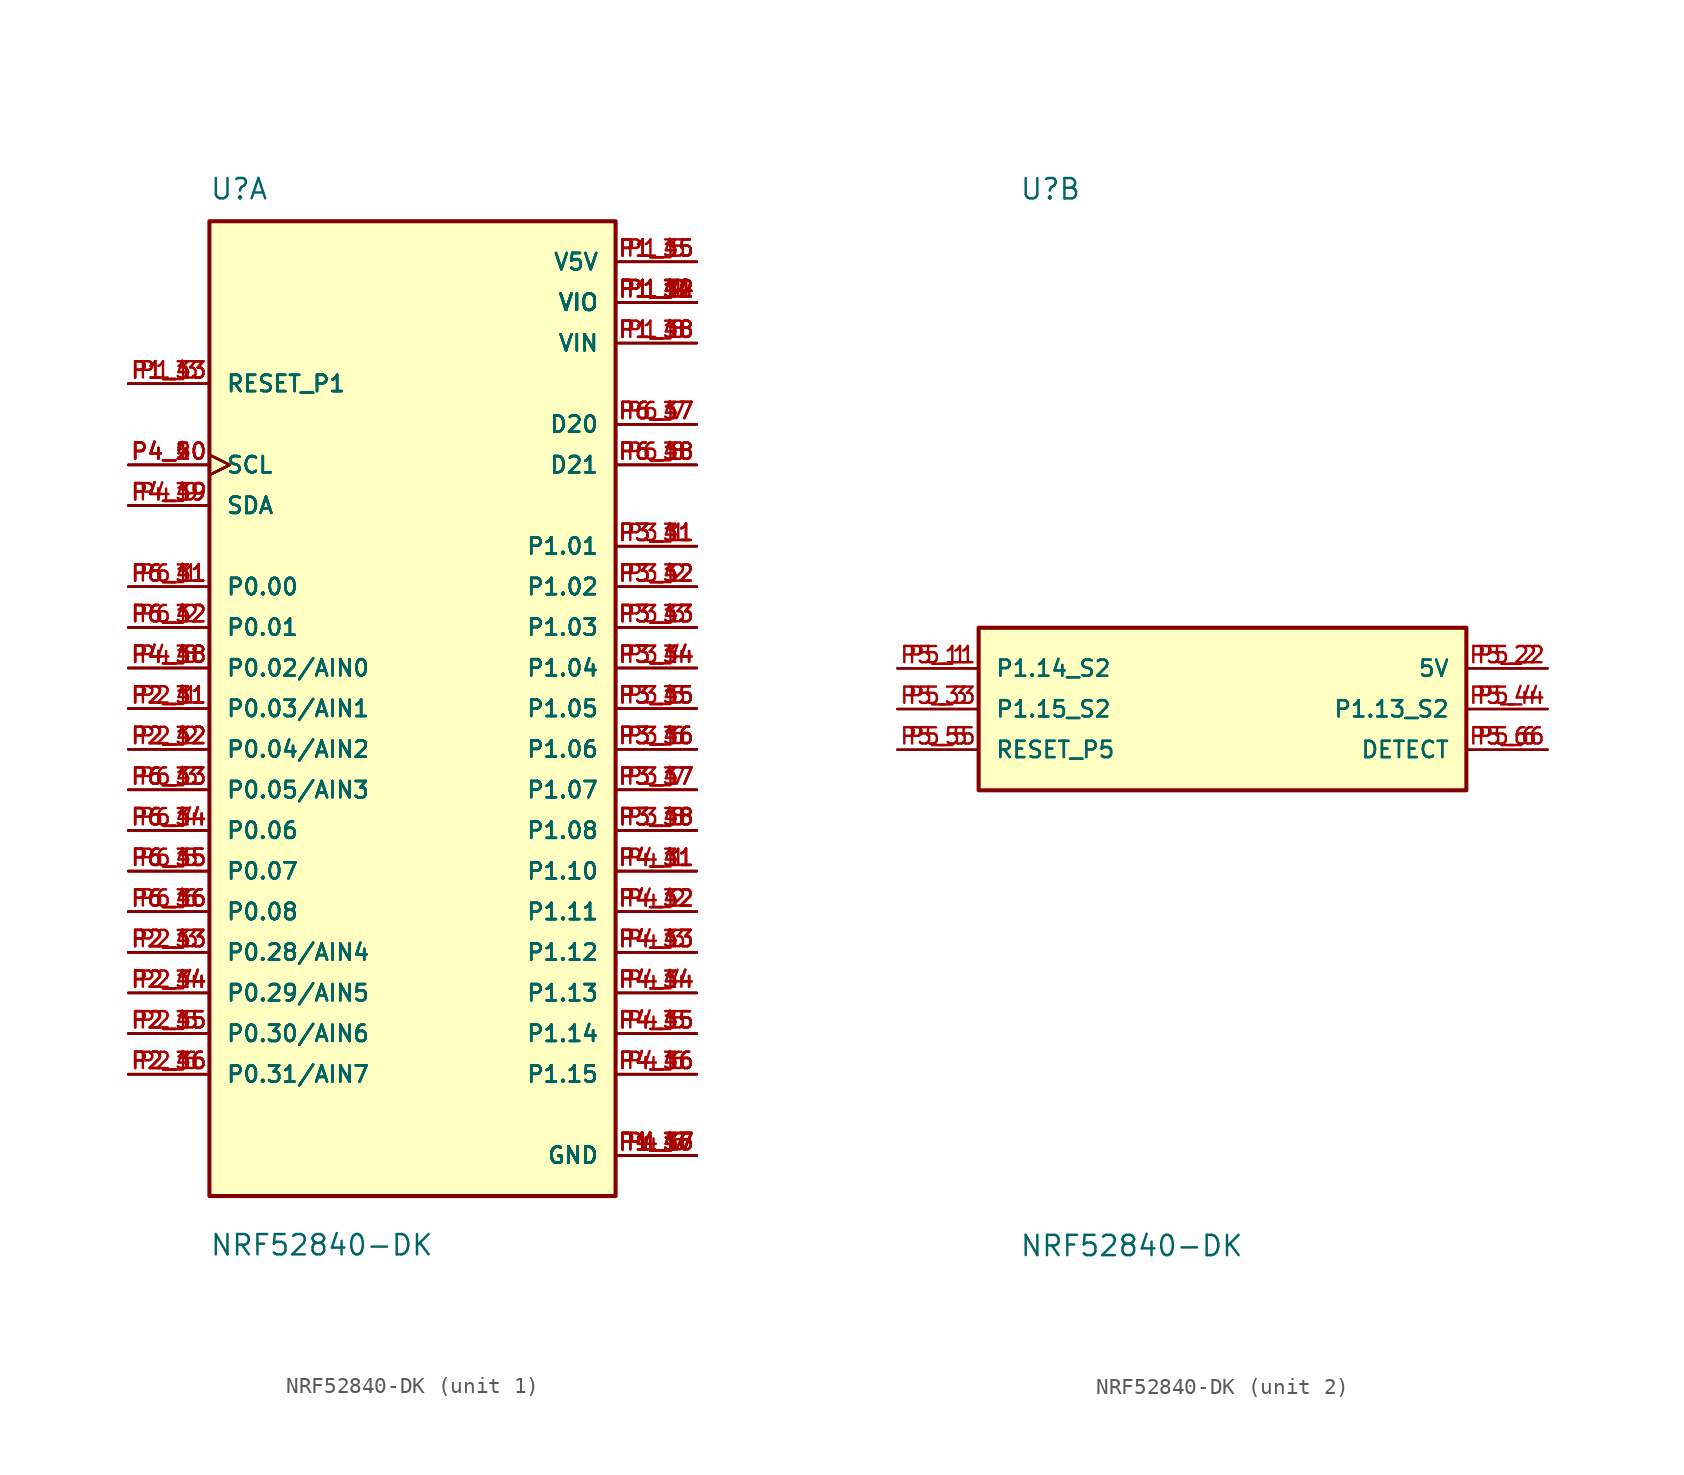
<source format=kicad_sym>
(kicad_symbol_lib
  (version 20211014)
  (generator kicad_symbol_editor)
  (symbol "NRF52840-DK"
    (pin_names
      (offset 1.016))
    (property "Reference" "U"
      (at -12.7 31.75 0)
      (effects (font (size 1.27 1.27)) (justify bottom left)))
    (property "Value" "NRF52840-DK"
      (at -12.7 -34.29 0)
      (effects (font (size 1.27 1.27)) (justify bottom left)))
    (symbol "NRF52840-DK_1_0"
      (rectangle (start -12.7 -30.48) (end 12.7 30.48) (stroke (width 0.254)) (fill (type background)))
      (pin power_in line (at 17.78 27.94 180.0) (length 5.08) (name "V5V" (effects (font (size 1.016 1.016)))) (number "P1_5" (effects (font (size 1.016 1.016)))))
      (pin power_in line (at 17.78 27.94 180.0) (length 5.08) (name "V5V" (effects (font (size 1.016 1.016)))) (number "P1_15" (effects (font (size 1.016 1.016)))))
      (pin power_in line (at 17.78 27.94 180.0) (length 5.08) (name "V5V" (effects (font (size 1.016 1.016)))) (number "P1_35" (effects (font (size 1.016 1.016)))))
      (pin power_in line (at 17.78 27.94 180.0) (length 5.08) (name "V5V" (effects (font (size 1.016 1.016)))) (number "P1_45" (effects (font (size 1.016 1.016)))))
      (pin power_in line (at 17.78 25.4 180.0) (length 5.08) (name "VIO" (effects (font (size 1.016 1.016)))) (number "P1_1" (effects (font (size 1.016 1.016)))))
      (pin power_in line (at 17.78 25.4 180.0) (length 5.08) (name "VIO" (effects (font (size 1.016 1.016)))) (number "P1_2" (effects (font (size 1.016 1.016)))))
      (pin power_in line (at 17.78 25.4 180.0) (length 5.08) (name "VIO" (effects (font (size 1.016 1.016)))) (number "P1_4" (effects (font (size 1.016 1.016)))))
      (pin power_in line (at 17.78 25.4 180.0) (length 5.08) (name "VIO" (effects (font (size 1.016 1.016)))) (number "P1_11" (effects (font (size 1.016 1.016)))))
      (pin power_in line (at 17.78 25.4 180.0) (length 5.08) (name "VIO" (effects (font (size 1.016 1.016)))) (number "P1_12" (effects (font (size 1.016 1.016)))))
      (pin power_in line (at 17.78 25.4 180.0) (length 5.08) (name "VIO" (effects (font (size 1.016 1.016)))) (number "P1_14" (effects (font (size 1.016 1.016)))))
      (pin power_in line (at 17.78 25.4 180.0) (length 5.08) (name "VIO" (effects (font (size 1.016 1.016)))) (number "P1_31" (effects (font (size 1.016 1.016)))))
      (pin power_in line (at 17.78 25.4 180.0) (length 5.08) (name "VIO" (effects (font (size 1.016 1.016)))) (number "P1_32" (effects (font (size 1.016 1.016)))))
      (pin power_in line (at 17.78 25.4 180.0) (length 5.08) (name "VIO" (effects (font (size 1.016 1.016)))) (number "P1_34" (effects (font (size 1.016 1.016)))))
      (pin power_in line (at 17.78 25.4 180.0) (length 5.08) (name "VIO" (effects (font (size 1.016 1.016)))) (number "P1_41" (effects (font (size 1.016 1.016)))))
      (pin power_in line (at 17.78 25.4 180.0) (length 5.08) (name "VIO" (effects (font (size 1.016 1.016)))) (number "P1_42" (effects (font (size 1.016 1.016)))))
      (pin power_in line (at 17.78 25.4 180.0) (length 5.08) (name "VIO" (effects (font (size 1.016 1.016)))) (number "P1_44" (effects (font (size 1.016 1.016)))))
      (pin power_in line (at 17.78 -27.94 180.0) (length 5.08) (name "GND" (effects (font (size 1.016 1.016)))) (number "P1_6" (effects (font (size 1.016 1.016)))))
      (pin power_in line (at 17.78 -27.94 180.0) (length 5.08) (name "GND" (effects (font (size 1.016 1.016)))) (number "P1_7" (effects (font (size 1.016 1.016)))))
      (pin power_in line (at 17.78 -27.94 180.0) (length 5.08) (name "GND" (effects (font (size 1.016 1.016)))) (number "P1_16" (effects (font (size 1.016 1.016)))))
      (pin power_in line (at 17.78 -27.94 180.0) (length 5.08) (name "GND" (effects (font (size 1.016 1.016)))) (number "P1_17" (effects (font (size 1.016 1.016)))))
      (pin power_in line (at 17.78 -27.94 180.0) (length 5.08) (name "GND" (effects (font (size 1.016 1.016)))) (number "P1_36" (effects (font (size 1.016 1.016)))))
      (pin power_in line (at 17.78 -27.94 180.0) (length 5.08) (name "GND" (effects (font (size 1.016 1.016)))) (number "P1_37" (effects (font (size 1.016 1.016)))))
      (pin power_in line (at 17.78 -27.94 180.0) (length 5.08) (name "GND" (effects (font (size 1.016 1.016)))) (number "P1_46" (effects (font (size 1.016 1.016)))))
      (pin power_in line (at 17.78 -27.94 180.0) (length 5.08) (name "GND" (effects (font (size 1.016 1.016)))) (number "P1_47" (effects (font (size 1.016 1.016)))))
      (pin power_in line (at 17.78 -27.94 180.0) (length 5.08) (name "GND" (effects (font (size 1.016 1.016)))) (number "P4_7" (effects (font (size 1.016 1.016)))))
      (pin power_in line (at 17.78 -27.94 180.0) (length 5.08) (name "GND" (effects (font (size 1.016 1.016)))) (number "P4_17" (effects (font (size 1.016 1.016)))))
      (pin power_in line (at 17.78 -27.94 180.0) (length 5.08) (name "GND" (effects (font (size 1.016 1.016)))) (number "P4_37" (effects (font (size 1.016 1.016)))))
      (pin power_in line (at 17.78 -27.94 180.0) (length 5.08) (name "GND" (effects (font (size 1.016 1.016)))) (number "P4_47" (effects (font (size 1.016 1.016)))))
      (pin input line (at -17.78 20.32 0) (length 5.08) (name "RESET_P1" (effects (font (size 1.016 1.016)))) (number "P1_3" (effects (font (size 1.016 1.016)))))
      (pin input line (at -17.78 20.32 0) (length 5.08) (name "RESET_P1" (effects (font (size 1.016 1.016)))) (number "P1_13" (effects (font (size 1.016 1.016)))))
      (pin input line (at -17.78 20.32 0) (length 5.08) (name "RESET_P1" (effects (font (size 1.016 1.016)))) (number "P1_33" (effects (font (size 1.016 1.016)))))
      (pin input line (at -17.78 20.32 0) (length 5.08) (name "RESET_P1" (effects (font (size 1.016 1.016)))) (number "P1_43" (effects (font (size 1.016 1.016)))))
      (pin power_in line (at 17.78 22.86 180.0) (length 5.08) (name "VIN" (effects (font (size 1.016 1.016)))) (number "P1_8" (effects (font (size 1.016 1.016)))))
      (pin power_in line (at 17.78 22.86 180.0) (length 5.08) (name "VIN" (effects (font (size 1.016 1.016)))) (number "P1_18" (effects (font (size 1.016 1.016)))))
      (pin power_in line (at 17.78 22.86 180.0) (length 5.08) (name "VIN" (effects (font (size 1.016 1.016)))) (number "P1_38" (effects (font (size 1.016 1.016)))))
      (pin power_in line (at 17.78 22.86 180.0) (length 5.08) (name "VIN" (effects (font (size 1.016 1.016)))) (number "P1_48" (effects (font (size 1.016 1.016)))))
      (pin bidirectional line (at -17.78 0.0 0) (length 5.08) (name "P0.03/AIN1" (effects (font (size 1.016 1.016)))) (number "P2_1" (effects (font (size 1.016 1.016)))))
      (pin bidirectional line (at -17.78 0.0 0) (length 5.08) (name "P0.03/AIN1" (effects (font (size 1.016 1.016)))) (number "P2_11" (effects (font (size 1.016 1.016)))))
      (pin bidirectional line (at -17.78 0.0 0) (length 5.08) (name "P0.03/AIN1" (effects (font (size 1.016 1.016)))) (number "P2_31" (effects (font (size 1.016 1.016)))))
      (pin bidirectional line (at -17.78 0.0 0) (length 5.08) (name "P0.03/AIN1" (effects (font (size 1.016 1.016)))) (number "P2_41" (effects (font (size 1.016 1.016)))))
      (pin bidirectional line (at -17.78 -2.54 0) (length 5.08) (name "P0.04/AIN2" (effects (font (size 1.016 1.016)))) (number "P2_2" (effects (font (size 1.016 1.016)))))
      (pin bidirectional line (at -17.78 -2.54 0) (length 5.08) (name "P0.04/AIN2" (effects (font (size 1.016 1.016)))) (number "P2_12" (effects (font (size 1.016 1.016)))))
      (pin bidirectional line (at -17.78 -2.54 0) (length 5.08) (name "P0.04/AIN2" (effects (font (size 1.016 1.016)))) (number "P2_32" (effects (font (size 1.016 1.016)))))
      (pin bidirectional line (at -17.78 -2.54 0) (length 5.08) (name "P0.04/AIN2" (effects (font (size 1.016 1.016)))) (number "P2_42" (effects (font (size 1.016 1.016)))))
      (pin bidirectional line (at -17.78 -15.24 0) (length 5.08) (name "P0.28/AIN4" (effects (font (size 1.016 1.016)))) (number "P2_3" (effects (font (size 1.016 1.016)))))
      (pin bidirectional line (at -17.78 -15.24 0) (length 5.08) (name "P0.28/AIN4" (effects (font (size 1.016 1.016)))) (number "P2_13" (effects (font (size 1.016 1.016)))))
      (pin bidirectional line (at -17.78 -15.24 0) (length 5.08) (name "P0.28/AIN4" (effects (font (size 1.016 1.016)))) (number "P2_33" (effects (font (size 1.016 1.016)))))
      (pin bidirectional line (at -17.78 -15.24 0) (length 5.08) (name "P0.28/AIN4" (effects (font (size 1.016 1.016)))) (number "P2_43" (effects (font (size 1.016 1.016)))))
      (pin bidirectional line (at -17.78 -17.78 0) (length 5.08) (name "P0.29/AIN5" (effects (font (size 1.016 1.016)))) (number "P2_4" (effects (font (size 1.016 1.016)))))
      (pin bidirectional line (at -17.78 -17.78 0) (length 5.08) (name "P0.29/AIN5" (effects (font (size 1.016 1.016)))) (number "P2_14" (effects (font (size 1.016 1.016)))))
      (pin bidirectional line (at -17.78 -17.78 0) (length 5.08) (name "P0.29/AIN5" (effects (font (size 1.016 1.016)))) (number "P2_34" (effects (font (size 1.016 1.016)))))
      (pin bidirectional line (at -17.78 -17.78 0) (length 5.08) (name "P0.29/AIN5" (effects (font (size 1.016 1.016)))) (number "P2_44" (effects (font (size 1.016 1.016)))))
      (pin bidirectional line (at -17.78 -20.32 0) (length 5.08) (name "P0.30/AIN6" (effects (font (size 1.016 1.016)))) (number "P2_5" (effects (font (size 1.016 1.016)))))
      (pin bidirectional line (at -17.78 -20.32 0) (length 5.08) (name "P0.30/AIN6" (effects (font (size 1.016 1.016)))) (number "P2_15" (effects (font (size 1.016 1.016)))))
      (pin bidirectional line (at -17.78 -20.32 0) (length 5.08) (name "P0.30/AIN6" (effects (font (size 1.016 1.016)))) (number "P2_35" (effects (font (size 1.016 1.016)))))
      (pin bidirectional line (at -17.78 -20.32 0) (length 5.08) (name "P0.30/AIN6" (effects (font (size 1.016 1.016)))) (number "P2_45" (effects (font (size 1.016 1.016)))))
      (pin bidirectional line (at -17.78 -22.86 0) (length 5.08) (name "P0.31/AIN7" (effects (font (size 1.016 1.016)))) (number "P2_6" (effects (font (size 1.016 1.016)))))
      (pin bidirectional line (at -17.78 -22.86 0) (length 5.08) (name "P0.31/AIN7" (effects (font (size 1.016 1.016)))) (number "P2_16" (effects (font (size 1.016 1.016)))))
      (pin bidirectional line (at -17.78 -22.86 0) (length 5.08) (name "P0.31/AIN7" (effects (font (size 1.016 1.016)))) (number "P2_36" (effects (font (size 1.016 1.016)))))
      (pin bidirectional line (at -17.78 -22.86 0) (length 5.08) (name "P0.31/AIN7" (effects (font (size 1.016 1.016)))) (number "P2_46" (effects (font (size 1.016 1.016)))))
      (pin bidirectional line (at -17.78 2.54 0) (length 5.08) (name "P0.02/AIN0" (effects (font (size 1.016 1.016)))) (number "P4_8" (effects (font (size 1.016 1.016)))))
      (pin bidirectional line (at -17.78 2.54 0) (length 5.08) (name "P0.02/AIN0" (effects (font (size 1.016 1.016)))) (number "P4_18" (effects (font (size 1.016 1.016)))))
      (pin bidirectional line (at -17.78 2.54 0) (length 5.08) (name "P0.02/AIN0" (effects (font (size 1.016 1.016)))) (number "P4_38" (effects (font (size 1.016 1.016)))))
      (pin bidirectional line (at -17.78 2.54 0) (length 5.08) (name "P0.02/AIN0" (effects (font (size 1.016 1.016)))) (number "P4_48" (effects (font (size 1.016 1.016)))))
      (pin bidirectional line (at -17.78 12.7 0) (length 5.08) (name "SDA" (effects (font (size 1.016 1.016)))) (number "P4_9" (effects (font (size 1.016 1.016)))))
      (pin bidirectional line (at -17.78 12.7 0) (length 5.08) (name "SDA" (effects (font (size 1.016 1.016)))) (number "P4_19" (effects (font (size 1.016 1.016)))))
      (pin bidirectional line (at -17.78 12.7 0) (length 5.08) (name "SDA" (effects (font (size 1.016 1.016)))) (number "P4_39" (effects (font (size 1.016 1.016)))))
      (pin bidirectional line (at -17.78 12.7 0) (length 5.08) (name "SDA" (effects (font (size 1.016 1.016)))) (number "P4_49" (effects (font (size 1.016 1.016)))))
      (pin input clock (at -17.78 15.24 0) (length 5.08) (name "SCL" (effects (font (size 1.016 1.016)))) (number "P4_10" (effects (font (size 1.016 1.016)))))
      (pin input clock (at -17.78 15.24 0) (length 5.08) (name "SCL" (effects (font (size 1.016 1.016)))) (number "P4_20" (effects (font (size 1.016 1.016)))))
      (pin input clock (at -17.78 15.24 0) (length 5.08) (name "SCL" (effects (font (size 1.016 1.016)))) (number "P4_40" (effects (font (size 1.016 1.016)))))
      (pin input clock (at -17.78 15.24 0) (length 5.08) (name "SCL" (effects (font (size 1.016 1.016)))) (number "P4_50" (effects (font (size 1.016 1.016)))))
      (pin bidirectional line (at 17.78 10.16 180.0) (length 5.08) (name "P1.01" (effects (font (size 1.016 1.016)))) (number "P3_1" (effects (font (size 1.016 1.016)))))
      (pin bidirectional line (at 17.78 10.16 180.0) (length 5.08) (name "P1.01" (effects (font (size 1.016 1.016)))) (number "P3_11" (effects (font (size 1.016 1.016)))))
      (pin bidirectional line (at 17.78 10.16 180.0) (length 5.08) (name "P1.01" (effects (font (size 1.016 1.016)))) (number "P3_31" (effects (font (size 1.016 1.016)))))
      (pin bidirectional line (at 17.78 10.16 180.0) (length 5.08) (name "P1.01" (effects (font (size 1.016 1.016)))) (number "P3_41" (effects (font (size 1.016 1.016)))))
      (pin bidirectional line (at 17.78 -10.16 180.0) (length 5.08) (name "P1.10" (effects (font (size 1.016 1.016)))) (number "P4_1" (effects (font (size 1.016 1.016)))))
      (pin bidirectional line (at 17.78 -10.16 180.0) (length 5.08) (name "P1.10" (effects (font (size 1.016 1.016)))) (number "P4_11" (effects (font (size 1.016 1.016)))))
      (pin bidirectional line (at 17.78 -10.16 180.0) (length 5.08) (name "P1.10" (effects (font (size 1.016 1.016)))) (number "P4_31" (effects (font (size 1.016 1.016)))))
      (pin bidirectional line (at 17.78 -10.16 180.0) (length 5.08) (name "P1.10" (effects (font (size 1.016 1.016)))) (number "P4_41" (effects (font (size 1.016 1.016)))))
      (pin bidirectional line (at 17.78 -12.7 180.0) (length 5.08) (name "P1.11" (effects (font (size 1.016 1.016)))) (number "P4_2" (effects (font (size 1.016 1.016)))))
      (pin bidirectional line (at 17.78 -12.7 180.0) (length 5.08) (name "P1.11" (effects (font (size 1.016 1.016)))) (number "P4_12" (effects (font (size 1.016 1.016)))))
      (pin bidirectional line (at 17.78 -12.7 180.0) (length 5.08) (name "P1.11" (effects (font (size 1.016 1.016)))) (number "P4_32" (effects (font (size 1.016 1.016)))))
      (pin bidirectional line (at 17.78 -12.7 180.0) (length 5.08) (name "P1.11" (effects (font (size 1.016 1.016)))) (number "P4_42" (effects (font (size 1.016 1.016)))))
      (pin bidirectional line (at 17.78 -15.24 180.0) (length 5.08) (name "P1.12" (effects (font (size 1.016 1.016)))) (number "P4_3" (effects (font (size 1.016 1.016)))))
      (pin bidirectional line (at 17.78 -15.24 180.0) (length 5.08) (name "P1.12" (effects (font (size 1.016 1.016)))) (number "P4_13" (effects (font (size 1.016 1.016)))))
      (pin bidirectional line (at 17.78 -15.24 180.0) (length 5.08) (name "P1.12" (effects (font (size 1.016 1.016)))) (number "P4_33" (effects (font (size 1.016 1.016)))))
      (pin bidirectional line (at 17.78 -15.24 180.0) (length 5.08) (name "P1.12" (effects (font (size 1.016 1.016)))) (number "P4_43" (effects (font (size 1.016 1.016)))))
      (pin bidirectional line (at 17.78 -17.78 180.0) (length 5.08) (name "P1.13" (effects (font (size 1.016 1.016)))) (number "P4_4" (effects (font (size 1.016 1.016)))))
      (pin bidirectional line (at 17.78 -17.78 180.0) (length 5.08) (name "P1.13" (effects (font (size 1.016 1.016)))) (number "P4_14" (effects (font (size 1.016 1.016)))))
      (pin bidirectional line (at 17.78 -17.78 180.0) (length 5.08) (name "P1.13" (effects (font (size 1.016 1.016)))) (number "P4_34" (effects (font (size 1.016 1.016)))))
      (pin bidirectional line (at 17.78 -17.78 180.0) (length 5.08) (name "P1.13" (effects (font (size 1.016 1.016)))) (number "P4_44" (effects (font (size 1.016 1.016)))))
      (pin bidirectional line (at 17.78 -20.32 180.0) (length 5.08) (name "P1.14" (effects (font (size 1.016 1.016)))) (number "P4_5" (effects (font (size 1.016 1.016)))))
      (pin bidirectional line (at 17.78 -20.32 180.0) (length 5.08) (name "P1.14" (effects (font (size 1.016 1.016)))) (number "P4_15" (effects (font (size 1.016 1.016)))))
      (pin bidirectional line (at 17.78 -20.32 180.0) (length 5.08) (name "P1.14" (effects (font (size 1.016 1.016)))) (number "P4_35" (effects (font (size 1.016 1.016)))))
      (pin bidirectional line (at 17.78 -20.32 180.0) (length 5.08) (name "P1.14" (effects (font (size 1.016 1.016)))) (number "P4_45" (effects (font (size 1.016 1.016)))))
      (pin bidirectional line (at 17.78 -22.86 180.0) (length 5.08) (name "P1.15" (effects (font (size 1.016 1.016)))) (number "P4_6" (effects (font (size 1.016 1.016)))))
      (pin bidirectional line (at 17.78 -22.86 180.0) (length 5.08) (name "P1.15" (effects (font (size 1.016 1.016)))) (number "P4_16" (effects (font (size 1.016 1.016)))))
      (pin bidirectional line (at 17.78 -22.86 180.0) (length 5.08) (name "P1.15" (effects (font (size 1.016 1.016)))) (number "P4_36" (effects (font (size 1.016 1.016)))))
      (pin bidirectional line (at 17.78 -22.86 180.0) (length 5.08) (name "P1.15" (effects (font (size 1.016 1.016)))) (number "P4_46" (effects (font (size 1.016 1.016)))))
      (pin bidirectional line (at 17.78 7.62 180.0) (length 5.08) (name "P1.02" (effects (font (size 1.016 1.016)))) (number "P3_2" (effects (font (size 1.016 1.016)))))
      (pin bidirectional line (at 17.78 7.62 180.0) (length 5.08) (name "P1.02" (effects (font (size 1.016 1.016)))) (number "P3_12" (effects (font (size 1.016 1.016)))))
      (pin bidirectional line (at 17.78 7.62 180.0) (length 5.08) (name "P1.02" (effects (font (size 1.016 1.016)))) (number "P3_32" (effects (font (size 1.016 1.016)))))
      (pin bidirectional line (at 17.78 7.62 180.0) (length 5.08) (name "P1.02" (effects (font (size 1.016 1.016)))) (number "P3_42" (effects (font (size 1.016 1.016)))))
      (pin bidirectional line (at 17.78 5.08 180.0) (length 5.08) (name "P1.03" (effects (font (size 1.016 1.016)))) (number "P3_3" (effects (font (size 1.016 1.016)))))
      (pin bidirectional line (at 17.78 5.08 180.0) (length 5.08) (name "P1.03" (effects (font (size 1.016 1.016)))) (number "P3_13" (effects (font (size 1.016 1.016)))))
      (pin bidirectional line (at 17.78 5.08 180.0) (length 5.08) (name "P1.03" (effects (font (size 1.016 1.016)))) (number "P3_33" (effects (font (size 1.016 1.016)))))
      (pin bidirectional line (at 17.78 5.08 180.0) (length 5.08) (name "P1.03" (effects (font (size 1.016 1.016)))) (number "P3_43" (effects (font (size 1.016 1.016)))))
      (pin bidirectional line (at 17.78 2.54 180.0) (length 5.08) (name "P1.04" (effects (font (size 1.016 1.016)))) (number "P3_4" (effects (font (size 1.016 1.016)))))
      (pin bidirectional line (at 17.78 2.54 180.0) (length 5.08) (name "P1.04" (effects (font (size 1.016 1.016)))) (number "P3_14" (effects (font (size 1.016 1.016)))))
      (pin bidirectional line (at 17.78 2.54 180.0) (length 5.08) (name "P1.04" (effects (font (size 1.016 1.016)))) (number "P3_34" (effects (font (size 1.016 1.016)))))
      (pin bidirectional line (at 17.78 2.54 180.0) (length 5.08) (name "P1.04" (effects (font (size 1.016 1.016)))) (number "P3_44" (effects (font (size 1.016 1.016)))))
      (pin bidirectional line (at 17.78 0.0 180.0) (length 5.08) (name "P1.05" (effects (font (size 1.016 1.016)))) (number "P3_5" (effects (font (size 1.016 1.016)))))
      (pin bidirectional line (at 17.78 0.0 180.0) (length 5.08) (name "P1.05" (effects (font (size 1.016 1.016)))) (number "P3_15" (effects (font (size 1.016 1.016)))))
      (pin bidirectional line (at 17.78 0.0 180.0) (length 5.08) (name "P1.05" (effects (font (size 1.016 1.016)))) (number "P3_35" (effects (font (size 1.016 1.016)))))
      (pin bidirectional line (at 17.78 0.0 180.0) (length 5.08) (name "P1.05" (effects (font (size 1.016 1.016)))) (number "P3_45" (effects (font (size 1.016 1.016)))))
      (pin bidirectional line (at 17.78 -2.54 180.0) (length 5.08) (name "P1.06" (effects (font (size 1.016 1.016)))) (number "P3_6" (effects (font (size 1.016 1.016)))))
      (pin bidirectional line (at 17.78 -2.54 180.0) (length 5.08) (name "P1.06" (effects (font (size 1.016 1.016)))) (number "P3_16" (effects (font (size 1.016 1.016)))))
      (pin bidirectional line (at 17.78 -2.54 180.0) (length 5.08) (name "P1.06" (effects (font (size 1.016 1.016)))) (number "P3_36" (effects (font (size 1.016 1.016)))))
      (pin bidirectional line (at 17.78 -2.54 180.0) (length 5.08) (name "P1.06" (effects (font (size 1.016 1.016)))) (number "P3_46" (effects (font (size 1.016 1.016)))))
      (pin bidirectional line (at 17.78 -5.08 180.0) (length 5.08) (name "P1.07" (effects (font (size 1.016 1.016)))) (number "P3_7" (effects (font (size 1.016 1.016)))))
      (pin bidirectional line (at 17.78 -5.08 180.0) (length 5.08) (name "P1.07" (effects (font (size 1.016 1.016)))) (number "P3_17" (effects (font (size 1.016 1.016)))))
      (pin bidirectional line (at 17.78 -5.08 180.0) (length 5.08) (name "P1.07" (effects (font (size 1.016 1.016)))) (number "P3_37" (effects (font (size 1.016 1.016)))))
      (pin bidirectional line (at 17.78 -5.08 180.0) (length 5.08) (name "P1.07" (effects (font (size 1.016 1.016)))) (number "P3_47" (effects (font (size 1.016 1.016)))))
      (pin bidirectional line (at 17.78 -7.62 180.0) (length 5.08) (name "P1.08" (effects (font (size 1.016 1.016)))) (number "P3_8" (effects (font (size 1.016 1.016)))))
      (pin bidirectional line (at 17.78 -7.62 180.0) (length 5.08) (name "P1.08" (effects (font (size 1.016 1.016)))) (number "P3_18" (effects (font (size 1.016 1.016)))))
      (pin bidirectional line (at 17.78 -7.62 180.0) (length 5.08) (name "P1.08" (effects (font (size 1.016 1.016)))) (number "P3_38" (effects (font (size 1.016 1.016)))))
      (pin bidirectional line (at 17.78 -7.62 180.0) (length 5.08) (name "P1.08" (effects (font (size 1.016 1.016)))) (number "P3_48" (effects (font (size 1.016 1.016)))))
      (pin bidirectional line (at -17.78 7.62 0) (length 5.08) (name "P0.00" (effects (font (size 1.016 1.016)))) (number "P6_1" (effects (font (size 1.016 1.016)))))
      (pin bidirectional line (at -17.78 7.62 0) (length 5.08) (name "P0.00" (effects (font (size 1.016 1.016)))) (number "P6_11" (effects (font (size 1.016 1.016)))))
      (pin bidirectional line (at -17.78 7.62 0) (length 5.08) (name "P0.00" (effects (font (size 1.016 1.016)))) (number "P6_31" (effects (font (size 1.016 1.016)))))
      (pin bidirectional line (at -17.78 7.62 0) (length 5.08) (name "P0.00" (effects (font (size 1.016 1.016)))) (number "P6_41" (effects (font (size 1.016 1.016)))))
      (pin bidirectional line (at -17.78 5.08 0) (length 5.08) (name "P0.01" (effects (font (size 1.016 1.016)))) (number "P6_2" (effects (font (size 1.016 1.016)))))
      (pin bidirectional line (at -17.78 5.08 0) (length 5.08) (name "P0.01" (effects (font (size 1.016 1.016)))) (number "P6_12" (effects (font (size 1.016 1.016)))))
      (pin bidirectional line (at -17.78 5.08 0) (length 5.08) (name "P0.01" (effects (font (size 1.016 1.016)))) (number "P6_32" (effects (font (size 1.016 1.016)))))
      (pin bidirectional line (at -17.78 5.08 0) (length 5.08) (name "P0.01" (effects (font (size 1.016 1.016)))) (number "P6_42" (effects (font (size 1.016 1.016)))))
      (pin bidirectional line (at -17.78 -5.08 0) (length 5.08) (name "P0.05/AIN3" (effects (font (size 1.016 1.016)))) (number "P6_3" (effects (font (size 1.016 1.016)))))
      (pin bidirectional line (at -17.78 -5.08 0) (length 5.08) (name "P0.05/AIN3" (effects (font (size 1.016 1.016)))) (number "P6_13" (effects (font (size 1.016 1.016)))))
      (pin bidirectional line (at -17.78 -5.08 0) (length 5.08) (name "P0.05/AIN3" (effects (font (size 1.016 1.016)))) (number "P6_33" (effects (font (size 1.016 1.016)))))
      (pin bidirectional line (at -17.78 -5.08 0) (length 5.08) (name "P0.05/AIN3" (effects (font (size 1.016 1.016)))) (number "P6_43" (effects (font (size 1.016 1.016)))))
      (pin bidirectional line (at -17.78 -7.62 0) (length 5.08) (name "P0.06" (effects (font (size 1.016 1.016)))) (number "P6_4" (effects (font (size 1.016 1.016)))))
      (pin bidirectional line (at -17.78 -7.62 0) (length 5.08) (name "P0.06" (effects (font (size 1.016 1.016)))) (number "P6_14" (effects (font (size 1.016 1.016)))))
      (pin bidirectional line (at -17.78 -7.62 0) (length 5.08) (name "P0.06" (effects (font (size 1.016 1.016)))) (number "P6_34" (effects (font (size 1.016 1.016)))))
      (pin bidirectional line (at -17.78 -7.62 0) (length 5.08) (name "P0.06" (effects (font (size 1.016 1.016)))) (number "P6_44" (effects (font (size 1.016 1.016)))))
      (pin bidirectional line (at -17.78 -10.16 0) (length 5.08) (name "P0.07" (effects (font (size 1.016 1.016)))) (number "P6_5" (effects (font (size 1.016 1.016)))))
      (pin bidirectional line (at -17.78 -10.16 0) (length 5.08) (name "P0.07" (effects (font (size 1.016 1.016)))) (number "P6_15" (effects (font (size 1.016 1.016)))))
      (pin bidirectional line (at -17.78 -10.16 0) (length 5.08) (name "P0.07" (effects (font (size 1.016 1.016)))) (number "P6_35" (effects (font (size 1.016 1.016)))))
      (pin bidirectional line (at -17.78 -10.16 0) (length 5.08) (name "P0.07" (effects (font (size 1.016 1.016)))) (number "P6_45" (effects (font (size 1.016 1.016)))))
      (pin bidirectional line (at -17.78 -12.7 0) (length 5.08) (name "P0.08" (effects (font (size 1.016 1.016)))) (number "P6_6" (effects (font (size 1.016 1.016)))))
      (pin bidirectional line (at -17.78 -12.7 0) (length 5.08) (name "P0.08" (effects (font (size 1.016 1.016)))) (number "P6_16" (effects (font (size 1.016 1.016)))))
      (pin bidirectional line (at -17.78 -12.7 0) (length 5.08) (name "P0.08" (effects (font (size 1.016 1.016)))) (number "P6_36" (effects (font (size 1.016 1.016)))))
      (pin bidirectional line (at -17.78 -12.7 0) (length 5.08) (name "P0.08" (effects (font (size 1.016 1.016)))) (number "P6_46" (effects (font (size 1.016 1.016)))))
      (pin bidirectional line (at 17.78 17.78 180.0) (length 5.08) (name "D20" (effects (font (size 1.016 1.016)))) (number "P6_7" (effects (font (size 1.016 1.016)))))
      (pin bidirectional line (at 17.78 17.78 180.0) (length 5.08) (name "D20" (effects (font (size 1.016 1.016)))) (number "P6_17" (effects (font (size 1.016 1.016)))))
      (pin bidirectional line (at 17.78 17.78 180.0) (length 5.08) (name "D20" (effects (font (size 1.016 1.016)))) (number "P6_37" (effects (font (size 1.016 1.016)))))
      (pin bidirectional line (at 17.78 17.78 180.0) (length 5.08) (name "D20" (effects (font (size 1.016 1.016)))) (number "P6_47" (effects (font (size 1.016 1.016)))))
      (pin bidirectional line (at 17.78 15.24 180.0) (length 5.08) (name "D21" (effects (font (size 1.016 1.016)))) (number "P6_8" (effects (font (size 1.016 1.016)))))
      (pin bidirectional line (at 17.78 15.24 180.0) (length 5.08) (name "D21" (effects (font (size 1.016 1.016)))) (number "P6_18" (effects (font (size 1.016 1.016)))))
      (pin bidirectional line (at 17.78 15.24 180.0) (length 5.08) (name "D21" (effects (font (size 1.016 1.016)))) (number "P6_38" (effects (font (size 1.016 1.016)))))
      (pin bidirectional line (at 17.78 15.24 180.0) (length 5.08) (name "D21" (effects (font (size 1.016 1.016)))) (number "P6_48" (effects (font (size 1.016 1.016))))))
    (symbol "NRF52840-DK_2_0"
      (rectangle (start -15.24 -5.08) (end 15.24 5.08) (stroke (width 0.254)) (fill (type background)))
      (pin bidirectional line (at -20.32 2.54 0) (length 5.08) (name "P1.14_S2" (effects (font (size 1.016 1.016)))) (number "P5_1" (effects (font (size 1.016 1.016)))))
      (pin bidirectional line (at -20.32 2.54 0) (length 5.08) (name "P1.14_S2" (effects (font (size 1.016 1.016)))) (number "P5_11" (effects (font (size 1.016 1.016)))))
      (pin bidirectional line (at -20.32 0.0 0) (length 5.08) (name "P1.15_S2" (effects (font (size 1.016 1.016)))) (number "P5_3" (effects (font (size 1.016 1.016)))))
      (pin bidirectional line (at -20.32 0.0 0) (length 5.08) (name "P1.15_S2" (effects (font (size 1.016 1.016)))) (number "P5_33" (effects (font (size 1.016 1.016)))))
      (pin input line (at -20.32 -2.54 0) (length 5.08) (name "RESET_P5" (effects (font (size 1.016 1.016)))) (number "P5_5" (effects (font (size 1.016 1.016)))))
      (pin input line (at -20.32 -2.54 0) (length 5.08) (name "RESET_P5" (effects (font (size 1.016 1.016)))) (number "P5_55" (effects (font (size 1.016 1.016)))))
      (pin power_in line (at 20.32 2.54 180.0) (length 5.08) (name "5V" (effects (font (size 1.016 1.016)))) (number "P5_2" (effects (font (size 1.016 1.016)))))
      (pin power_in line (at 20.32 2.54 180.0) (length 5.08) (name "5V" (effects (font (size 1.016 1.016)))) (number "P5_22" (effects (font (size 1.016 1.016)))))
      (pin bidirectional line (at 20.32 0.0 180.0) (length 5.08) (name "P1.13_S2" (effects (font (size 1.016 1.016)))) (number "P5_4" (effects (font (size 1.016 1.016)))))
      (pin bidirectional line (at 20.32 0.0 180.0) (length 5.08) (name "P1.13_S2" (effects (font (size 1.016 1.016)))) (number "P5_44" (effects (font (size 1.016 1.016)))))
      (pin bidirectional line (at 20.32 -2.54 180.0) (length 5.08) (name "DETECT" (effects (font (size 1.016 1.016)))) (number "P5_6" (effects (font (size 1.016 1.016)))))
      (pin bidirectional line (at 20.32 -2.54 180.0) (length 5.08) (name "DETECT" (effects (font (size 1.016 1.016)))) (number "P5_66" (effects (font (size 1.016 1.016))))))))
</source>
